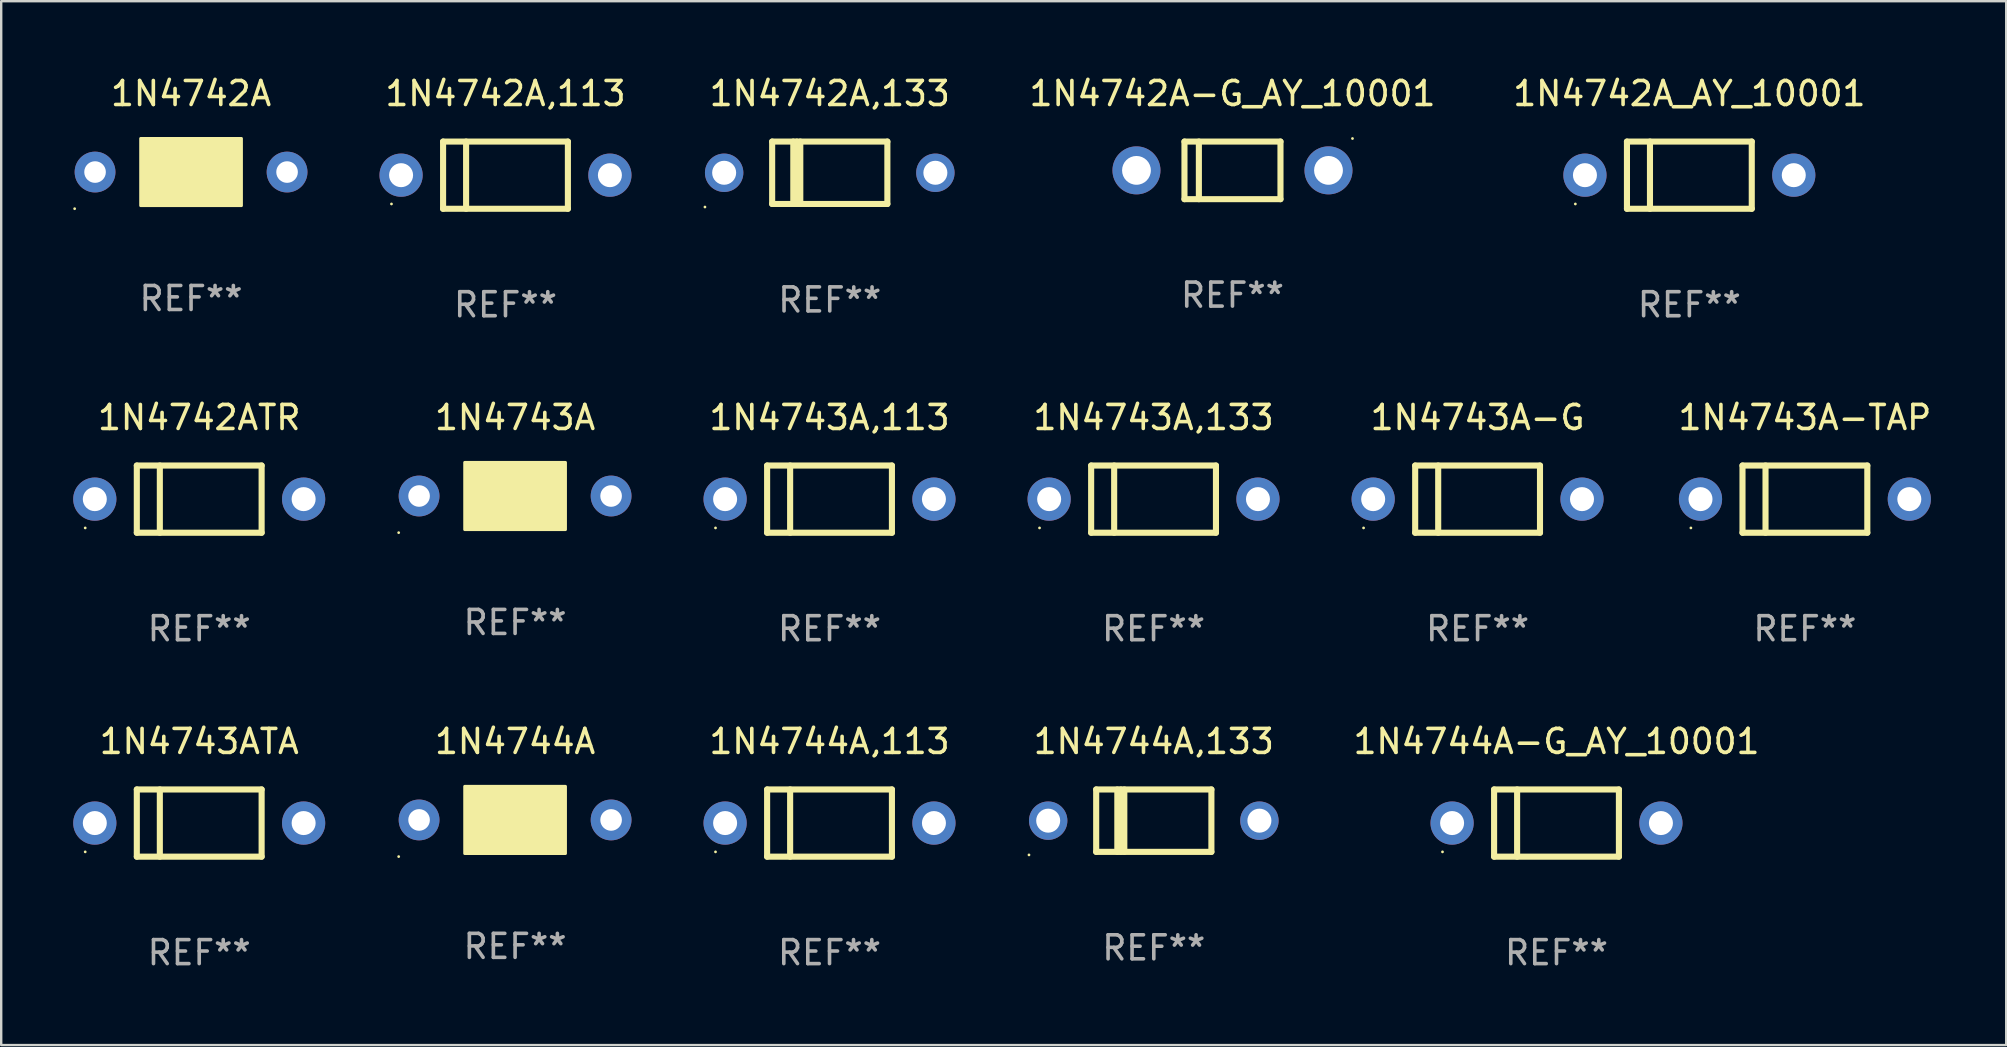
<source format=kicad_pcb>
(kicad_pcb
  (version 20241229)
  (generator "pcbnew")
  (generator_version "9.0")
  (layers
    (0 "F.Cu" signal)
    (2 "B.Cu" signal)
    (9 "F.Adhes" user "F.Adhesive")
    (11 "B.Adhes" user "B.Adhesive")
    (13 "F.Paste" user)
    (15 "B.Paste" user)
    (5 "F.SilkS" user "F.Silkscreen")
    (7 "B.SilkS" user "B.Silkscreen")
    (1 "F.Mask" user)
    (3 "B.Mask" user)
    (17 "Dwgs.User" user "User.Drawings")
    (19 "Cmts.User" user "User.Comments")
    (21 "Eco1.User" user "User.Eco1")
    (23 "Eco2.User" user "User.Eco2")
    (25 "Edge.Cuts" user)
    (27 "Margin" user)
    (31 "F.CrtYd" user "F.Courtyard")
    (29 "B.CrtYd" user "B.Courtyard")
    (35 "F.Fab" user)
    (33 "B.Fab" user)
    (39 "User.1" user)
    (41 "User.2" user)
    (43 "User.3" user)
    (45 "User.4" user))
  (footprint "1N4743A-G"
    (layer "F.Cu")
    (at 58.51 17.745)
    (property "Reference" "1N4743A-G" (at 0 -3.4 0) (layer "F.SilkS") (effects (font (size 1 1) (thickness 0.15))))
    (attr through_hole)
    (fp_line (start -2.6 -1.4) (end -2.6 1.4) (stroke (width 0.254) (type solid)) (layer "F.SilkS"))
    (fp_line (start -2.6 -1.4) (end 2.6 -1.4) (stroke (width 0.254) (type solid)) (layer "F.SilkS"))
    (fp_line (start -2.6 1.4) (end 2.6 1.4) (stroke (width 0.254) (type solid)) (layer "F.SilkS"))
    (fp_line (start -1.641 -1.4) (end -1.641 1.4) (stroke (width 0.254) (type solid)) (layer "F.SilkS"))
    (fp_line (start 2.6 -1.4) (end 2.6 1.4) (stroke (width 0.254) (type solid)) (layer "F.SilkS"))
    (fp_circle (center -4.75 1.2) (end -4.72 1.2) (stroke (width 0.06) (type solid)) (fill no) (layer "F.SilkS"))
    (fp_text user "REF**" (at 0 5.4 0) (layer "F.Fab") (effects (font (size 1 1) (thickness 0.15))))
    (pad "1" thru_hole circle (at -4.35 0) (size 1.8 1.8) (drill 1) (layers "*.Cu" "*.Mask"))
    (pad "2" thru_hole circle (at 4.35 0) (size 1.8 1.8) (drill 1) (layers "*.Cu" "*.Mask")))
  (footprint "1N4742A"
    (layer "F.Cu")
    (at 4.91 4.118)
    (property "Reference" "1N4742A" (at 0 -3.27 0) (layer "F.SilkS") (effects (font (size 1 1) (thickness 0.15))))
    (attr through_hole)
    (fp_line (start 1.27 -1.27) (end 1.27 1.27) (stroke (width 0.229) (type solid)) (layer "F.SilkS"))
    (fp_circle (center -4.85 1.527) (end -4.82 1.527) (stroke (width 0.06) (type solid)) (fill no) (layer "F.SilkS"))
    (fp_poly (pts (xy -2.1 -1.4) (xy 2.1 -1.4) (xy 2.1 1.4) (xy -2.1 1.4)) (stroke (width 0.12) (type solid)) (fill yes) (layer "F.SilkS"))
    (fp_text user "REF**" (at 0 5.27 0) (layer "F.Fab") (effects (font (size 1 1) (thickness 0.15))))
    (pad "1" thru_hole circle (at -4 0) (size 1.7 1.7) (drill 0.9) (layers "*.Cu" "*.Mask"))
    (pad "2" thru_hole circle (at 4 0) (size 1.7 1.7) (drill 0.9) (layers "*.Cu" "*.Mask")))
  (footprint "1N4743A,113"
    (layer "F.Cu")
    (at 31.51 17.745)
    (property "Reference" "1N4743A,113" (at 0 -3.4 0) (layer "F.SilkS") (effects (font (size 1 1) (thickness 0.15))))
    (attr through_hole)
    (fp_line (start -2.6 -1.4) (end -2.6 1.4) (stroke (width 0.254) (type solid)) (layer "F.SilkS"))
    (fp_line (start -2.6 -1.4) (end 2.6 -1.4) (stroke (width 0.254) (type solid)) (layer "F.SilkS"))
    (fp_line (start -2.6 1.4) (end 2.6 1.4) (stroke (width 0.254) (type solid)) (layer "F.SilkS"))
    (fp_line (start -1.641 -1.4) (end -1.641 1.4) (stroke (width 0.254) (type solid)) (layer "F.SilkS"))
    (fp_line (start 2.6 -1.4) (end 2.6 1.4) (stroke (width 0.254) (type solid)) (layer "F.SilkS"))
    (fp_circle (center -4.75 1.2) (end -4.72 1.2) (stroke (width 0.06) (type solid)) (fill no) (layer "F.SilkS"))
    (fp_text user "REF**" (at 0 5.4 0) (layer "F.Fab") (effects (font (size 1 1) (thickness 0.15))))
    (pad "1" thru_hole circle (at -4.35 0) (size 1.8 1.8) (drill 1) (layers "*.Cu" "*.Mask"))
    (pad "2" thru_hole circle (at 4.35 0) (size 1.8 1.8) (drill 1) (layers "*.Cu" "*.Mask")))
  (footprint "1N4744A,113"
    (layer "F.Cu")
    (at 31.51 31.241)
    (property "Reference" "1N4744A,113" (at 0 -3.4 0) (layer "F.SilkS") (effects (font (size 1 1) (thickness 0.15))))
    (attr through_hole)
    (fp_line (start -2.6 -1.4) (end -2.6 1.4) (stroke (width 0.254) (type solid)) (layer "F.SilkS"))
    (fp_line (start -2.6 -1.4) (end 2.6 -1.4) (stroke (width 0.254) (type solid)) (layer "F.SilkS"))
    (fp_line (start -2.6 1.4) (end 2.6 1.4) (stroke (width 0.254) (type solid)) (layer "F.SilkS"))
    (fp_line (start -1.641 -1.4) (end -1.641 1.4) (stroke (width 0.254) (type solid)) (layer "F.SilkS"))
    (fp_line (start 2.6 -1.4) (end 2.6 1.4) (stroke (width 0.254) (type solid)) (layer "F.SilkS"))
    (fp_circle (center -4.75 1.2) (end -4.72 1.2) (stroke (width 0.06) (type solid)) (fill no) (layer "F.SilkS"))
    (fp_text user "REF**" (at 0 5.4 0) (layer "F.Fab") (effects (font (size 1 1) (thickness 0.15))))
    (pad "1" thru_hole circle (at -4.35 0) (size 1.8 1.8) (drill 1) (layers "*.Cu" "*.Mask"))
    (pad "2" thru_hole circle (at 4.35 0) (size 1.8 1.8) (drill 1) (layers "*.Cu" "*.Mask")))
  (footprint "1N4742A-G_AY_10001"
    (layer "F.Cu")
    (at 48.298 4.048)
    (property "Reference" "1N4742A-G_AY_10001" (at 0 -3.2 0) (layer "F.SilkS") (effects (font (size 1 1) (thickness 0.15))))
    (attr through_hole)
    (fp_line (start -2 -1.2) (end 2 -1.2) (stroke (width 0.254) (type solid)) (layer "F.SilkS"))
    (fp_line (start -2 1.2) (end -2 -1.2) (stroke (width 0.254) (type solid)) (layer "F.SilkS"))
    (fp_line (start -1.4 -1.2) (end -1.4 1.2) (stroke (width 0.254) (type solid)) (layer "F.SilkS"))
    (fp_line (start 2 -1.2) (end 2 1.2) (stroke (width 0.254) (type solid)) (layer "F.SilkS"))
    (fp_line (start 2 1.2) (end -2 1.2) (stroke (width 0.254) (type solid)) (layer "F.SilkS"))
    (fp_circle (center 5 -1.327) (end 5.03 -1.327) (stroke (width 0.06) (type solid)) (fill no) (layer "F.SilkS"))
    (fp_text user "REF**" (at 0 5.2 0) (layer "F.Fab") (effects (font (size 1 1) (thickness 0.15))))
    (pad "1" thru_hole circle (at -4 0) (size 2 2) (drill 1.2) (layers "*.Cu" "*.Mask"))
    (pad "2" thru_hole circle (at 4 0) (size 2 2) (drill 1.2) (layers "*.Cu" "*.Mask")))
  (footprint "1N4742A_AY_10001"
    (layer "F.Cu")
    (at 67.333 4.248)
    (property "Reference" "1N4742A_AY_10001" (at 0 -3.4 0) (layer "F.SilkS") (effects (font (size 1 1) (thickness 0.15))))
    (attr through_hole)
    (fp_line (start -2.6 -1.4) (end -2.6 1.4) (stroke (width 0.254) (type solid)) (layer "F.SilkS"))
    (fp_line (start -2.6 -1.4) (end 2.6 -1.4) (stroke (width 0.254) (type solid)) (layer "F.SilkS"))
    (fp_line (start -2.6 1.4) (end 2.6 1.4) (stroke (width 0.254) (type solid)) (layer "F.SilkS"))
    (fp_line (start -1.641 -1.4) (end -1.641 1.4) (stroke (width 0.254) (type solid)) (layer "F.SilkS"))
    (fp_line (start 2.6 -1.4) (end 2.6 1.4) (stroke (width 0.254) (type solid)) (layer "F.SilkS"))
    (fp_circle (center -4.75 1.2) (end -4.72 1.2) (stroke (width 0.06) (type solid)) (fill no) (layer "F.SilkS"))
    (fp_text user "REF**" (at 0 5.4 0) (layer "F.Fab") (effects (font (size 1 1) (thickness 0.15))))
    (pad "1" thru_hole circle (at -4.35 0) (size 1.8 1.8) (drill 1) (layers "*.Cu" "*.Mask"))
    (pad "2" thru_hole circle (at 4.35 0) (size 1.8 1.8) (drill 1) (layers "*.Cu" "*.Mask")))
  (footprint "1N4743ATA"
    (layer "F.Cu")
    (at 5.25 31.241)
    (property "Reference" "1N4743ATA" (at 0 -3.4 0) (layer "F.SilkS") (effects (font (size 1 1) (thickness 0.15))))
    (attr through_hole)
    (fp_line (start -2.6 -1.4) (end -2.6 1.4) (stroke (width 0.254) (type solid)) (layer "F.SilkS"))
    (fp_line (start -2.6 -1.4) (end 2.6 -1.4) (stroke (width 0.254) (type solid)) (layer "F.SilkS"))
    (fp_line (start -2.6 1.4) (end 2.6 1.4) (stroke (width 0.254) (type solid)) (layer "F.SilkS"))
    (fp_line (start -1.641 -1.4) (end -1.641 1.4) (stroke (width 0.254) (type solid)) (layer "F.SilkS"))
    (fp_line (start 2.6 -1.4) (end 2.6 1.4) (stroke (width 0.254) (type solid)) (layer "F.SilkS"))
    (fp_circle (center -4.75 1.2) (end -4.72 1.2) (stroke (width 0.06) (type solid)) (fill no) (layer "F.SilkS"))
    (fp_text user "REF**" (at 0 5.4 0) (layer "F.Fab") (effects (font (size 1 1) (thickness 0.15))))
    (pad "1" thru_hole circle (at -4.35 0) (size 1.8 1.8) (drill 1) (layers "*.Cu" "*.Mask"))
    (pad "2" thru_hole circle (at 4.35 0) (size 1.8 1.8) (drill 1) (layers "*.Cu" "*.Mask")))
  (footprint "1N4743A,133"
    (layer "F.Cu")
    (at 45.01 17.745)
    (property "Reference" "1N4743A,133" (at 0 -3.4 0) (layer "F.SilkS") (effects (font (size 1 1) (thickness 0.15))))
    (attr through_hole)
    (fp_line (start -2.6 -1.4) (end -2.6 1.4) (stroke (width 0.254) (type solid)) (layer "F.SilkS"))
    (fp_line (start -2.6 -1.4) (end 2.6 -1.4) (stroke (width 0.254) (type solid)) (layer "F.SilkS"))
    (fp_line (start -2.6 1.4) (end 2.6 1.4) (stroke (width 0.254) (type solid)) (layer "F.SilkS"))
    (fp_line (start -1.641 -1.4) (end -1.641 1.4) (stroke (width 0.254) (type solid)) (layer "F.SilkS"))
    (fp_line (start 2.6 -1.4) (end 2.6 1.4) (stroke (width 0.254) (type solid)) (layer "F.SilkS"))
    (fp_circle (center -4.75 1.2) (end -4.72 1.2) (stroke (width 0.06) (type solid)) (fill no) (layer "F.SilkS"))
    (fp_text user "REF**" (at 0 5.4 0) (layer "F.Fab") (effects (font (size 1 1) (thickness 0.15))))
    (pad "1" thru_hole circle (at -4.35 0) (size 1.8 1.8) (drill 1) (layers "*.Cu" "*.Mask"))
    (pad "2" thru_hole circle (at 4.35 0) (size 1.8 1.8) (drill 1) (layers "*.Cu" "*.Mask")))
  (footprint "1N4743A-TAP"
    (layer "F.Cu")
    (at 72.147 17.745)
    (property "Reference" "1N4743A-TAP" (at 0 -3.4 0) (layer "F.SilkS") (effects (font (size 1 1) (thickness 0.15))))
    (attr through_hole)
    (fp_line (start -2.6 -1.4) (end -2.6 1.4) (stroke (width 0.254) (type solid)) (layer "F.SilkS"))
    (fp_line (start -2.6 -1.4) (end 2.6 -1.4) (stroke (width 0.254) (type solid)) (layer "F.SilkS"))
    (fp_line (start -2.6 1.4) (end 2.6 1.4) (stroke (width 0.254) (type solid)) (layer "F.SilkS"))
    (fp_line (start -1.641 -1.4) (end -1.641 1.4) (stroke (width 0.254) (type solid)) (layer "F.SilkS"))
    (fp_line (start 2.6 -1.4) (end 2.6 1.4) (stroke (width 0.254) (type solid)) (layer "F.SilkS"))
    (fp_circle (center -4.75 1.2) (end -4.72 1.2) (stroke (width 0.06) (type solid)) (fill no) (layer "F.SilkS"))
    (fp_text user "REF**" (at 0 5.4 0) (layer "F.Fab") (effects (font (size 1 1) (thickness 0.15))))
    (pad "1" thru_hole circle (at -4.35 0) (size 1.8 1.8) (drill 1) (layers "*.Cu" "*.Mask"))
    (pad "2" thru_hole circle (at 4.35 0) (size 1.8 1.8) (drill 1) (layers "*.Cu" "*.Mask")))
  (footprint "1N4743A"
    (layer "F.Cu")
    (at 18.41 17.615)
    (property "Reference" "1N4743A" (at 0 -3.27 0) (layer "F.SilkS") (effects (font (size 1 1) (thickness 0.15))))
    (attr through_hole)
    (fp_line (start 1.27 -1.27) (end 1.27 1.27) (stroke (width 0.229) (type solid)) (layer "F.SilkS"))
    (fp_circle (center -4.85 1.527) (end -4.82 1.527) (stroke (width 0.06) (type solid)) (fill no) (layer "F.SilkS"))
    (fp_poly (pts (xy -2.1 -1.4) (xy 2.1 -1.4) (xy 2.1 1.4) (xy -2.1 1.4)) (stroke (width 0.12) (type solid)) (fill yes) (layer "F.SilkS"))
    (fp_text user "REF**" (at 0 5.27 0) (layer "F.Fab") (effects (font (size 1 1) (thickness 0.15))))
    (pad "1" thru_hole circle (at -4 0) (size 1.7 1.7) (drill 0.9) (layers "*.Cu" "*.Mask"))
    (pad "2" thru_hole circle (at 4 0) (size 1.7 1.7) (drill 0.9) (layers "*.Cu" "*.Mask")))
  (footprint "1N4742ATR"
    (layer "F.Cu")
    (at 5.25 17.745)
    (property "Reference" "1N4742ATR" (at 0 -3.4 0) (layer "F.SilkS") (effects (font (size 1 1) (thickness 0.15))))
    (attr through_hole)
    (fp_line (start -2.6 -1.4) (end -2.6 1.4) (stroke (width 0.254) (type solid)) (layer "F.SilkS"))
    (fp_line (start -2.6 -1.4) (end 2.6 -1.4) (stroke (width 0.254) (type solid)) (layer "F.SilkS"))
    (fp_line (start -2.6 1.4) (end 2.6 1.4) (stroke (width 0.254) (type solid)) (layer "F.SilkS"))
    (fp_line (start -1.641 -1.4) (end -1.641 1.4) (stroke (width 0.254) (type solid)) (layer "F.SilkS"))
    (fp_line (start 2.6 -1.4) (end 2.6 1.4) (stroke (width 0.254) (type solid)) (layer "F.SilkS"))
    (fp_circle (center -4.75 1.2) (end -4.72 1.2) (stroke (width 0.06) (type solid)) (fill no) (layer "F.SilkS"))
    (fp_text user "REF**" (at 0 5.4 0) (layer "F.Fab") (effects (font (size 1 1) (thickness 0.15))))
    (pad "1" thru_hole circle (at -4.35 0) (size 1.8 1.8) (drill 1) (layers "*.Cu" "*.Mask"))
    (pad "2" thru_hole circle (at 4.35 0) (size 1.8 1.8) (drill 1) (layers "*.Cu" "*.Mask")))
  (footprint "1N4742A,113"
    (layer "F.Cu")
    (at 18.01 4.248)
    (property "Reference" "1N4742A,113" (at 0 -3.4 0) (layer "F.SilkS") (effects (font (size 1 1) (thickness 0.15))))
    (attr through_hole)
    (fp_line (start -2.6 -1.4) (end -2.6 1.4) (stroke (width 0.254) (type solid)) (layer "F.SilkS"))
    (fp_line (start -2.6 -1.4) (end 2.6 -1.4) (stroke (width 0.254) (type solid)) (layer "F.SilkS"))
    (fp_line (start -2.6 1.4) (end 2.6 1.4) (stroke (width 0.254) (type solid)) (layer "F.SilkS"))
    (fp_line (start -1.641 -1.4) (end -1.641 1.4) (stroke (width 0.254) (type solid)) (layer "F.SilkS"))
    (fp_line (start 2.6 -1.4) (end 2.6 1.4) (stroke (width 0.254) (type solid)) (layer "F.SilkS"))
    (fp_circle (center -4.75 1.2) (end -4.72 1.2) (stroke (width 0.06) (type solid)) (fill no) (layer "F.SilkS"))
    (fp_text user "REF**" (at 0 5.4 0) (layer "F.Fab") (effects (font (size 1 1) (thickness 0.15))))
    (pad "1" thru_hole circle (at -4.35 0) (size 1.8 1.8) (drill 1) (layers "*.Cu" "*.Mask"))
    (pad "2" thru_hole circle (at 4.35 0) (size 1.8 1.8) (drill 1) (layers "*.Cu" "*.Mask")))
  (footprint "1N4744A-G_AY_10001"
    (layer "F.Cu")
    (at 61.798 31.241)
    (property "Reference" "1N4744A-G_AY_10001" (at 0 -3.4 0) (layer "F.SilkS") (effects (font (size 1 1) (thickness 0.15))))
    (attr through_hole)
    (fp_line (start -2.6 -1.4) (end -2.6 1.4) (stroke (width 0.254) (type solid)) (layer "F.SilkS"))
    (fp_line (start -2.6 -1.4) (end 2.6 -1.4) (stroke (width 0.254) (type solid)) (layer "F.SilkS"))
    (fp_line (start -2.6 1.4) (end 2.6 1.4) (stroke (width 0.254) (type solid)) (layer "F.SilkS"))
    (fp_line (start -1.641 -1.4) (end -1.641 1.4) (stroke (width 0.254) (type solid)) (layer "F.SilkS"))
    (fp_line (start 2.6 -1.4) (end 2.6 1.4) (stroke (width 0.254) (type solid)) (layer "F.SilkS"))
    (fp_circle (center -4.75 1.2) (end -4.72 1.2) (stroke (width 0.06) (type solid)) (fill no) (layer "F.SilkS"))
    (fp_text user "REF**" (at 0 5.4 0) (layer "F.Fab") (effects (font (size 1 1) (thickness 0.15))))
    (pad "1" thru_hole circle (at -4.35 0) (size 1.8 1.8) (drill 1) (layers "*.Cu" "*.Mask"))
    (pad "2" thru_hole circle (at 4.35 0) (size 1.8 1.8) (drill 1) (layers "*.Cu" "*.Mask")))
  (footprint "1N4742A,133"
    (layer "F.Cu")
    (at 31.52 4.148)
    (property "Reference" "1N4742A,133" (at 0 -3.3 0) (layer "F.SilkS") (effects (font (size 1 1) (thickness 0.15))))
    (attr through_hole)
    (fp_line (start -2.4 -1.3) (end -2.4 1.3) (stroke (width 0.254) (type solid)) (layer "F.SilkS"))
    (fp_line (start -2.4 -1.3) (end 2.4 -1.3) (stroke (width 0.254) (type solid)) (layer "F.SilkS"))
    (fp_line (start -2.4 1.3) (end 2.4 1.3) (stroke (width 0.254) (type solid)) (layer "F.SilkS"))
    (fp_line (start -1.519 -1.3) (end -1.519 1.3) (stroke (width 0.254) (type solid)) (layer "F.SilkS"))
    (fp_line (start -1.374 -1.3) (end -1.374 1.3) (stroke (width 0.254) (type solid)) (layer "F.SilkS"))
    (fp_line (start -1.228 -1.3) (end -1.228 1.3) (stroke (width 0.254) (type solid)) (layer "F.SilkS"))
    (fp_line (start 2.4 -1.3) (end 2.4 1.3) (stroke (width 0.254) (type solid)) (layer "F.SilkS"))
    (fp_circle (center -5.2 1.427) (end -5.17 1.427) (stroke (width 0.06) (type solid)) (fill no) (layer "F.SilkS"))
    (fp_text user "REF**" (at 0 5.3 0) (layer "F.Fab") (effects (font (size 1 1) (thickness 0.15))))
    (pad "1" thru_hole circle (at -4.4 0.000013) (size 1.6 1.6) (drill 1) (layers "*.Cu" "*.Mask"))
    (pad "2" thru_hole circle (at 4.4 0.000013) (size 1.6 1.6) (drill 1) (layers "*.Cu" "*.Mask")))
  (footprint "1N4744A,133"
    (layer "F.Cu")
    (at 45.02 31.141)
    (property "Reference" "1N4744A,133" (at 0 -3.3 0) (layer "F.SilkS") (effects (font (size 1 1) (thickness 0.15))))
    (attr through_hole)
    (fp_line (start -2.4 -1.3) (end -2.4 1.3) (stroke (width 0.254) (type solid)) (layer "F.SilkS"))
    (fp_line (start -2.4 -1.3) (end 2.4 -1.3) (stroke (width 0.254) (type solid)) (layer "F.SilkS"))
    (fp_line (start -2.4 1.3) (end 2.4 1.3) (stroke (width 0.254) (type solid)) (layer "F.SilkS"))
    (fp_line (start -1.519 -1.3) (end -1.519 1.3) (stroke (width 0.254) (type solid)) (layer "F.SilkS"))
    (fp_line (start -1.374 -1.3) (end -1.374 1.3) (stroke (width 0.254) (type solid)) (layer "F.SilkS"))
    (fp_line (start -1.228 -1.3) (end -1.228 1.3) (stroke (width 0.254) (type solid)) (layer "F.SilkS"))
    (fp_line (start 2.4 -1.3) (end 2.4 1.3) (stroke (width 0.254) (type solid)) (layer "F.SilkS"))
    (fp_circle (center -5.2 1.427) (end -5.17 1.427) (stroke (width 0.06) (type solid)) (fill no) (layer "F.SilkS"))
    (fp_text user "REF**" (at 0 5.3 0) (layer "F.Fab") (effects (font (size 1 1) (thickness 0.15))))
    (pad "1" thru_hole circle (at -4.4 0.000013) (size 1.6 1.6) (drill 1) (layers "*.Cu" "*.Mask"))
    (pad "2" thru_hole circle (at 4.4 0.000013) (size 1.6 1.6) (drill 1) (layers "*.Cu" "*.Mask")))
  (footprint "1N4744A"
    (layer "F.Cu")
    (at 18.41 31.111)
    (property "Reference" "1N4744A" (at 0 -3.27 0) (layer "F.SilkS") (effects (font (size 1 1) (thickness 0.15))))
    (attr through_hole)
    (fp_line (start 1.27 -1.27) (end 1.27 1.27) (stroke (width 0.229) (type solid)) (layer "F.SilkS"))
    (fp_circle (center -4.85 1.527) (end -4.82 1.527) (stroke (width 0.06) (type solid)) (fill no) (layer "F.SilkS"))
    (fp_poly (pts (xy -2.1 -1.4) (xy 2.1 -1.4) (xy 2.1 1.4) (xy -2.1 1.4)) (stroke (width 0.12) (type solid)) (fill yes) (layer "F.SilkS"))
    (fp_text user "REF**" (at 0 5.27 0) (layer "F.Fab") (effects (font (size 1 1) (thickness 0.15))))
    (pad "1" thru_hole circle (at -4 0) (size 1.7 1.7) (drill 0.9) (layers "*.Cu" "*.Mask"))
    (pad "2" thru_hole circle (at 4 0) (size 1.7 1.7) (drill 0.9) (layers "*.Cu" "*.Mask")))
  (gr_rect
    (start -3 -3)
    (end 80.534 40.489)
    (stroke (width 0.1) (type default))
    (fill no)
    (layer "Edge.Cuts")))
</source>
